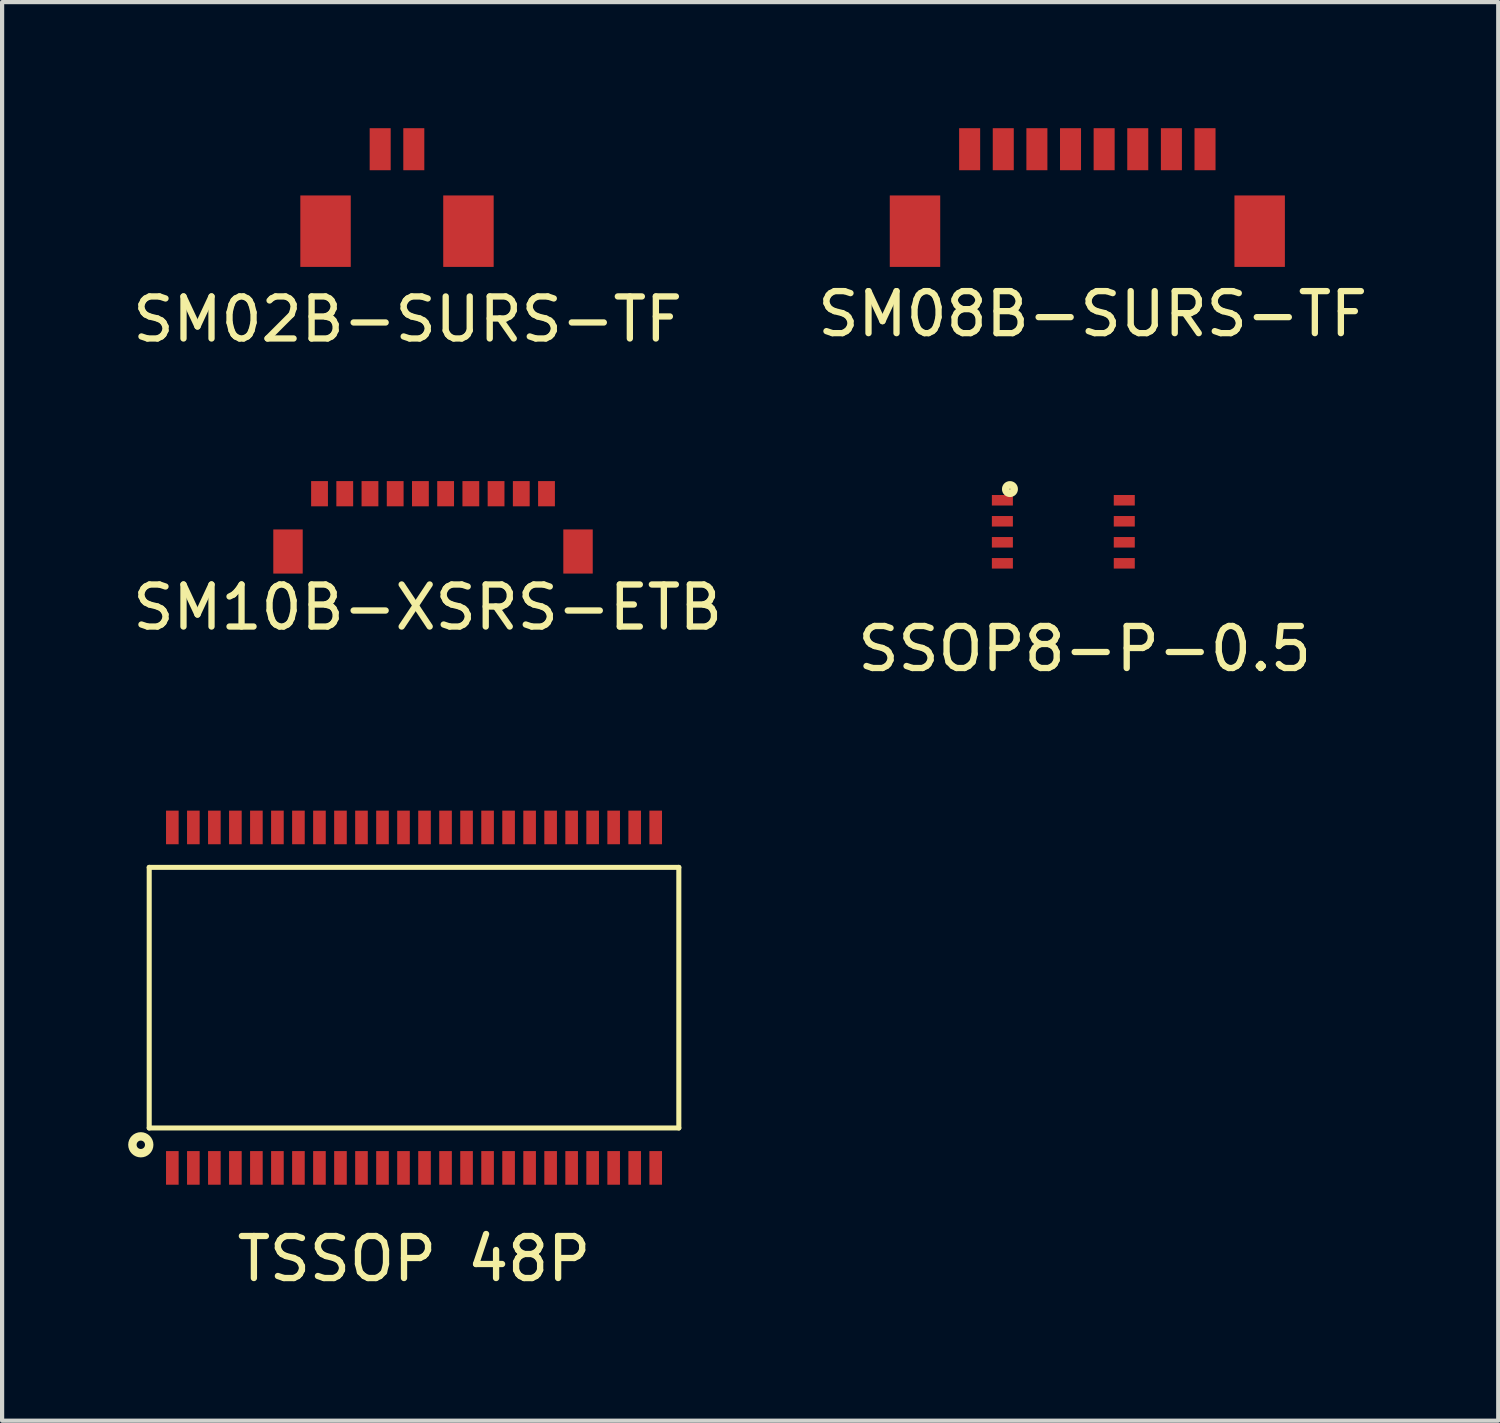
<source format=kicad_pcb>
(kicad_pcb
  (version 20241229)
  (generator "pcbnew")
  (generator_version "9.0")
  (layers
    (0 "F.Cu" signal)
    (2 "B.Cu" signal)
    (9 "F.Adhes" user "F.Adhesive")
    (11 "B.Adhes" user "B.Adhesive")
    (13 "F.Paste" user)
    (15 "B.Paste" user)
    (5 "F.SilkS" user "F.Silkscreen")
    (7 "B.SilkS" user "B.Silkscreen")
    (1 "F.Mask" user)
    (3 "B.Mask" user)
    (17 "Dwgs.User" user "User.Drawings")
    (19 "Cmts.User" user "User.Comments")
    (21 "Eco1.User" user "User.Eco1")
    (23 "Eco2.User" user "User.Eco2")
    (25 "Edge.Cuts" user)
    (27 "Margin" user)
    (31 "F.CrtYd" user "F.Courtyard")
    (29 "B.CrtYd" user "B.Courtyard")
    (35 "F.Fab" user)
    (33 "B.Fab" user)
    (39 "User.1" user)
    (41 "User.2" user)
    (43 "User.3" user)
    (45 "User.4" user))
  (footprint "SM08B-SURS-TF"
    (layer "F.Cu")
    (at 22.819 1)
    (property "Reference" "SM08B-SURS-TF" (at 0.127 3.421 0) (layer "F.SilkS") (effects (font (size 1 1) (thickness 0.15))))
    (attr through_hole)
    (pad "1" smd rect (at -2.8 -0.5) (size 0.5 1) (layers "F.Cu" "F.Mask" "F.Paste"))
    (pad "2" smd rect (at -2 -0.5) (size 0.5 1) (layers "F.Cu" "F.Mask" "F.Paste"))
    (pad "3" smd rect (at -1.2 -0.5) (size 0.5 1) (layers "F.Cu" "F.Mask" "F.Paste"))
    (pad "4" smd rect (at -0.4 -0.5) (size 0.5 1) (layers "F.Cu" "F.Mask" "F.Paste"))
    (pad "5" smd rect (at 0.4 -0.5) (size 0.5 1) (layers "F.Cu" "F.Mask" "F.Paste"))
    (pad "6" smd rect (at 1.2 -0.5) (size 0.5 1) (layers "F.Cu" "F.Mask" "F.Paste"))
    (pad "7" smd rect (at 2 -0.5) (size 0.5 1) (layers "F.Cu" "F.Mask" "F.Paste"))
    (pad "8" smd rect (at 2.8 -0.5) (size 0.5 1) (layers "F.Cu" "F.Mask" "F.Paste"))
    (pad "9" smd rect (at -4.1 1.45) (size 1.2 1.7) (layers "F.Cu" "F.Mask" "F.Paste"))
    (pad "9" smd rect (at 4.1 1.45) (size 1.2 1.7) (layers "F.Cu" "F.Mask" "F.Paste")))
  (footprint "TSSOP 48P"
    (layer "F.Cu")
    (at 6.8 20.686)
    (property "Reference" "TSSOP 48P" (at 0 6.215 0) (layer "F.SilkS") (effects (font (size 1 1) (thickness 0.15))))
    (attr through_hole)
    (fp_line (start -6.3 -3.1) (end -6.3 3.1) (stroke (width 0.12) (type solid)) (layer "F.SilkS"))
    (fp_line (start -6.3 -3.1) (end 6.3 -3.1) (stroke (width 0.12) (type solid)) (layer "F.SilkS"))
    (fp_line (start -6.3 3.1) (end 6.3 3.1) (stroke (width 0.12) (type solid)) (layer "F.SilkS"))
    (fp_line (start 6.3 3.1) (end 6.3 -3.1) (stroke (width 0.12) (type solid)) (layer "F.SilkS"))
    (fp_circle (center -6.5 3.5) (end -6.3 3.5) (stroke (width 0.2) (type solid)) (fill no) (layer "F.SilkS"))
    (pad "1" smd rect (at -5.75 4.05) (size 0.3 0.8) (layers "F.Cu" "F.Mask" "F.Paste"))
    (pad "2" smd rect (at -5.25 4.05) (size 0.3 0.8) (layers "F.Cu" "F.Mask" "F.Paste"))
    (pad "3" smd rect (at -4.75 4.05) (size 0.3 0.8) (layers "F.Cu" "F.Mask" "F.Paste"))
    (pad "4" smd rect (at -4.25 4.05) (size 0.3 0.8) (layers "F.Cu" "F.Mask" "F.Paste"))
    (pad "5" smd rect (at -3.75 4.05) (size 0.3 0.8) (layers "F.Cu" "F.Mask" "F.Paste"))
    (pad "6" smd rect (at -3.25 4.05) (size 0.3 0.8) (layers "F.Cu" "F.Mask" "F.Paste"))
    (pad "7" smd rect (at -2.75 4.05) (size 0.3 0.8) (layers "F.Cu" "F.Mask" "F.Paste"))
    (pad "8" smd rect (at -2.25 4.05) (size 0.3 0.8) (layers "F.Cu" "F.Mask" "F.Paste"))
    (pad "9" smd rect (at -1.75 4.05) (size 0.3 0.8) (layers "F.Cu" "F.Mask" "F.Paste"))
    (pad "10" smd rect (at -1.25 4.05) (size 0.3 0.8) (layers "F.Cu" "F.Mask" "F.Paste"))
    (pad "11" smd rect (at -0.75 4.05) (size 0.3 0.8) (layers "F.Cu" "F.Mask" "F.Paste"))
    (pad "12" smd rect (at -0.25 4.05) (size 0.3 0.8) (layers "F.Cu" "F.Mask" "F.Paste"))
    (pad "13" smd rect (at 0.25 4.05) (size 0.3 0.8) (layers "F.Cu" "F.Mask" "F.Paste"))
    (pad "14" smd rect (at 0.75 4.05) (size 0.3 0.8) (layers "F.Cu" "F.Mask" "F.Paste"))
    (pad "15" smd rect (at 1.25 4.05) (size 0.3 0.8) (layers "F.Cu" "F.Mask" "F.Paste"))
    (pad "16" smd rect (at 1.75 4.05) (size 0.3 0.8) (layers "F.Cu" "F.Mask" "F.Paste"))
    (pad "17" smd rect (at 2.25 4.05) (size 0.3 0.8) (layers "F.Cu" "F.Mask" "F.Paste"))
    (pad "18" smd rect (at 2.75 4.05) (size 0.3 0.8) (layers "F.Cu" "F.Mask" "F.Paste"))
    (pad "19" smd rect (at 3.25 4.05) (size 0.3 0.8) (layers "F.Cu" "F.Mask" "F.Paste"))
    (pad "20" smd rect (at 3.75 4.05) (size 0.3 0.8) (layers "F.Cu" "F.Mask" "F.Paste"))
    (pad "21" smd rect (at 4.25 4.05) (size 0.3 0.8) (layers "F.Cu" "F.Mask" "F.Paste"))
    (pad "22" smd rect (at 4.75 4.05) (size 0.3 0.8) (layers "F.Cu" "F.Mask" "F.Paste"))
    (pad "23" smd rect (at 5.25 4.05) (size 0.3 0.8) (layers "F.Cu" "F.Mask" "F.Paste"))
    (pad "24" smd rect (at 5.75 4.05) (size 0.3 0.8) (layers "F.Cu" "F.Mask" "F.Paste"))
    (pad "25" smd rect (at 5.75 -4.05) (size 0.3 0.8) (layers "F.Cu" "F.Mask" "F.Paste"))
    (pad "26" smd rect (at 5.25 -4.05) (size 0.3 0.8) (layers "F.Cu" "F.Mask" "F.Paste" "Eco2.User"))
    (pad "27" smd rect (at 4.75 -4.05) (size 0.3 0.8) (layers "F.Cu" "F.Mask" "F.Paste" "Eco2.User"))
    (pad "28" smd rect (at 4.25 -4.05) (size 0.3 0.8) (layers "F.Cu" "F.Mask" "F.Paste" "Eco2.User"))
    (pad "29" smd rect (at 3.75 -4.05) (size 0.3 0.8) (layers "F.Cu" "F.Mask" "F.Paste" "Eco2.User"))
    (pad "30" smd rect (at 3.25 -4.05) (size 0.3 0.8) (layers "F.Cu" "F.Mask" "F.Paste" "Eco2.User"))
    (pad "31" smd rect (at 2.75 -4.05) (size 0.3 0.8) (layers "F.Cu" "F.Mask" "F.Paste" "Eco2.User"))
    (pad "32" smd rect (at 2.25 -4.05) (size 0.3 0.8) (layers "F.Cu" "F.Mask" "F.Paste" "Eco2.User"))
    (pad "33" smd rect (at 1.75 -4.05) (size 0.3 0.8) (layers "F.Cu" "F.Mask" "F.Paste" "Eco2.User"))
    (pad "34" smd rect (at 1.25 -4.05) (size 0.3 0.8) (layers "F.Cu" "F.Mask" "F.Paste" "Eco2.User"))
    (pad "35" smd rect (at 0.75 -4.05) (size 0.3 0.8) (layers "F.Cu" "F.Mask" "F.Paste" "Eco2.User"))
    (pad "36" smd rect (at 0.25 -4.05) (size 0.3 0.8) (layers "F.Cu" "F.Mask" "F.Paste" "Eco2.User"))
    (pad "37" smd rect (at -0.25 -4.05) (size 0.3 0.8) (layers "F.Cu" "F.Mask" "F.Paste" "Eco2.User"))
    (pad "38" smd rect (at -0.75 -4.05) (size 0.3 0.8) (layers "F.Cu" "F.Mask" "F.Paste" "Eco2.User"))
    (pad "39" smd rect (at -1.25 -4.05) (size 0.3 0.8) (layers "F.Cu" "F.Mask" "F.Paste" "Eco2.User"))
    (pad "40" smd rect (at -1.75 -4.05) (size 0.3 0.8) (layers "F.Cu" "F.Mask" "F.Paste" "Eco2.User"))
    (pad "41" smd rect (at -2.25 -4.05) (size 0.3 0.8) (layers "F.Cu" "F.Mask" "F.Paste" "Eco2.User"))
    (pad "42" smd rect (at -2.75 -4.05) (size 0.3 0.8) (layers "F.Cu" "F.Mask" "F.Paste" "Eco2.User"))
    (pad "43" smd rect (at -3.25 -4.05) (size 0.3 0.8) (layers "F.Cu" "F.Mask" "F.Paste" "Eco2.User"))
    (pad "44" smd rect (at -3.75 -4.05) (size 0.3 0.8) (layers "F.Cu" "F.Mask" "F.Paste" "Eco2.User"))
    (pad "45" smd rect (at -4.25 -4.05) (size 0.3 0.8) (layers "F.Cu" "F.Mask" "F.Paste" "Eco2.User"))
    (pad "46" smd rect (at -4.75 -4.05) (size 0.3 0.8) (layers "F.Cu" "F.Mask" "F.Paste" "Eco2.User"))
    (pad "47" smd rect (at -5.25 -4.05) (size 0.3 0.8) (layers "F.Cu" "F.Mask" "F.Paste" "Eco2.User"))
    (pad "48" smd rect (at -5.75 -4.05) (size 0.3 0.8) (layers "F.Cu" "F.Mask" "F.Paste" "Eco2.User")))
  (footprint "SSOP8-P-0.5"
    (layer "F.Cu")
    (at 22.248 9.602)
    (property "Reference" "SSOP8-P-0.5" (at 0.508 2.786 0) (layer "F.SilkS") (effects (font (size 1 1) (thickness 0.15))))
    (attr through_hole)
    (fp_circle (center -1.27 -1.016) (end -1.17 -1.016) (stroke (width 0.18) (type solid)) (fill no) (layer "F.SilkS"))
    (pad "1" smd rect (at -1.45 -0.75) (size 0.5 0.25) (layers "F.Cu" "F.Mask" "F.Paste"))
    (pad "2" smd rect (at -1.45 -0.25) (size 0.5 0.25) (layers "F.Cu" "F.Mask" "F.Paste"))
    (pad "3" smd rect (at -1.45 0.25) (size 0.5 0.25) (layers "F.Cu" "F.Mask" "F.Paste"))
    (pad "4" smd rect (at -1.45 0.75) (size 0.5 0.25) (layers "F.Cu" "F.Mask" "F.Paste"))
    (pad "5" smd rect (at 1.45 0.75) (size 0.5 0.25) (layers "F.Cu" "F.Mask" "F.Paste"))
    (pad "6" smd rect (at 1.45 0.25) (size 0.5 0.25) (layers "F.Cu" "F.Mask" "F.Paste"))
    (pad "7" smd rect (at 1.45 -0.25) (size 0.5 0.25) (layers "F.Cu" "F.Mask" "F.Paste"))
    (pad "8" smd rect (at 1.45 -0.75) (size 0.5 0.25) (layers "F.Cu" "F.Mask" "F.Paste")))
  (footprint "SM02B-SURS-TF"
    (layer "F.Cu")
    (at 6.395 1)
    (property "Reference" "SM02B-SURS-TF" (at 0.254 3.548 0) (layer "F.SilkS") (effects (font (size 1 1) (thickness 0.15))))
    (attr through_hole)
    (pad "1" smd rect (at -0.4 -0.5) (size 0.5 1) (layers "F.Cu" "F.Mask" "F.Paste"))
    (pad "2" smd rect (at 0.4 -0.5) (size 0.5 1) (layers "F.Cu" "F.Mask" "F.Paste"))
    (pad "3" smd rect (at -1.7 1.45) (size 1.2 1.7) (layers "F.Cu" "F.Mask" "F.Paste"))
    (pad "3" smd rect (at 1.7 1.45) (size 1.2 1.7) (layers "F.Cu" "F.Mask" "F.Paste")))
  (footprint "SM10B-XSRS-ETB"
    (layer "F.Cu")
    (at 7.252 8.996)
    (property "Reference" "SM10B-XSRS-ETB" (at -0.127 2.405 0) (layer "F.SilkS") (effects (font (size 1 1) (thickness 0.15))))
    (attr through_hole)
    (pad "1" smd rect (at -2.7 -0.3) (size 0.4 0.6) (layers "F.Cu" "F.Mask" "F.Paste"))
    (pad "2" smd rect (at -2.1 -0.3) (size 0.4 0.6) (layers "F.Cu" "F.Mask" "F.Paste"))
    (pad "3" smd rect (at -1.5 -0.3) (size 0.4 0.6) (layers "F.Cu" "F.Mask" "F.Paste"))
    (pad "4" smd rect (at -0.9 -0.3) (size 0.4 0.6) (layers "F.Cu" "F.Mask" "F.Paste"))
    (pad "5" smd rect (at -0.3 -0.3) (size 0.4 0.6) (layers "F.Cu" "F.Mask" "F.Paste"))
    (pad "6" smd rect (at 0.3 -0.3) (size 0.4 0.6) (layers "F.Cu" "F.Mask" "F.Paste"))
    (pad "7" smd rect (at 0.9 -0.3) (size 0.4 0.6) (layers "F.Cu" "F.Mask" "F.Paste"))
    (pad "8" smd rect (at 1.5 -0.3) (size 0.4 0.6) (layers "F.Cu" "F.Mask" "F.Paste"))
    (pad "9" smd rect (at 2.1 -0.3) (size 0.4 0.6) (layers "F.Cu" "F.Mask" "F.Paste"))
    (pad "10" smd rect (at 2.7 -0.3) (size 0.4 0.6) (layers "F.Cu" "F.Mask" "F.Paste"))
    (pad "11" smd rect (at 3.45 1.075) (size 0.7 1.05) (layers "F.Cu" "F.Mask" "F.Paste"))
    (pad "12" smd rect (at -3.45 1.075) (size 0.7 1.05) (layers "F.Cu" "F.Mask" "F.Paste")))
  (gr_rect
    (start -3 -3)
    (end 32.595 30.75)
    (stroke (width 0.1) (type default))
    (fill no)
    (layer "Edge.Cuts")))
</source>
